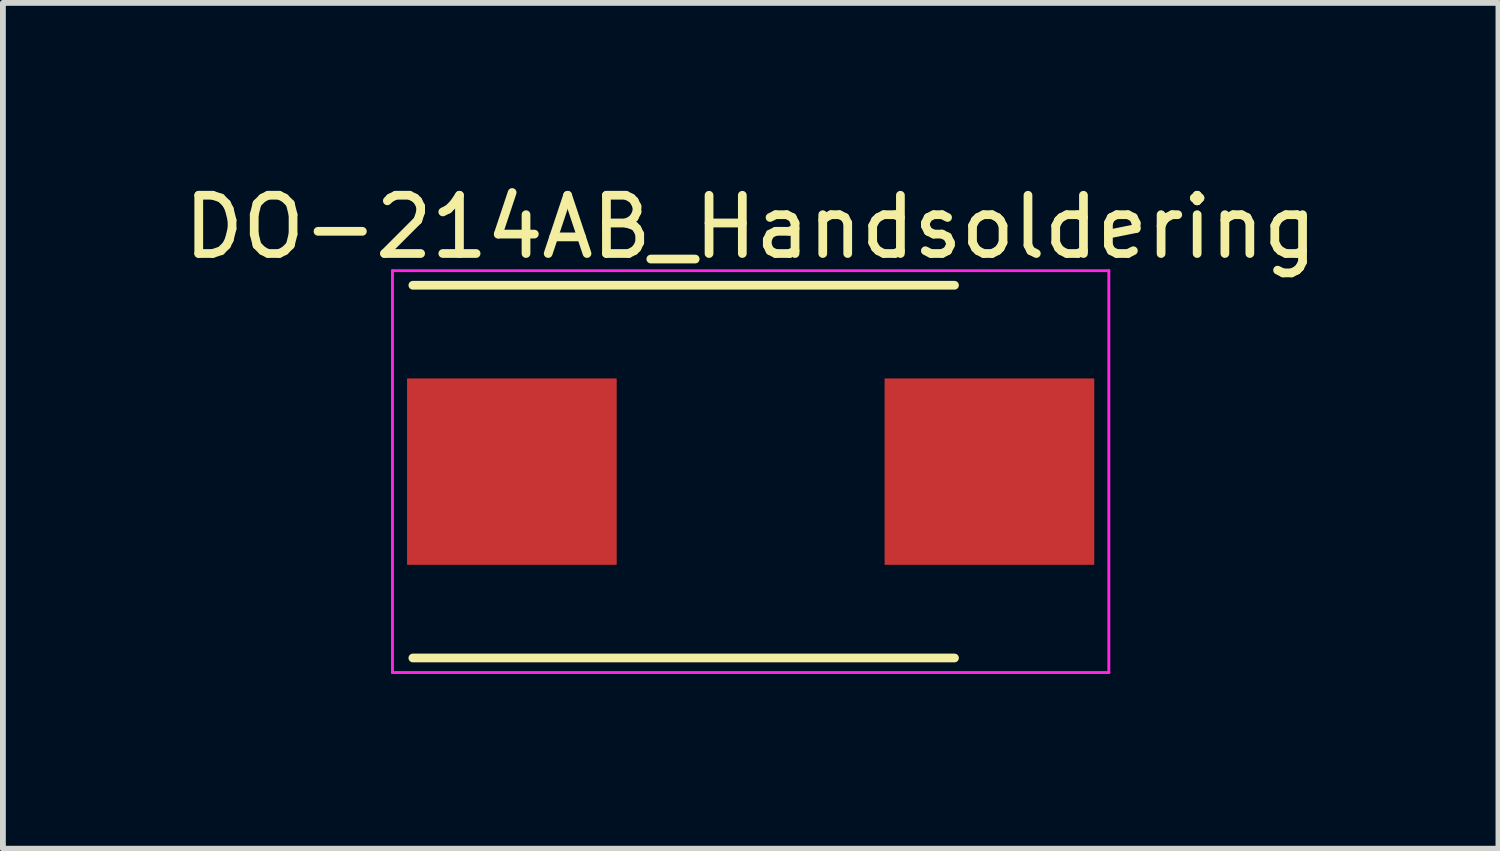
<source format=kicad_pcb>
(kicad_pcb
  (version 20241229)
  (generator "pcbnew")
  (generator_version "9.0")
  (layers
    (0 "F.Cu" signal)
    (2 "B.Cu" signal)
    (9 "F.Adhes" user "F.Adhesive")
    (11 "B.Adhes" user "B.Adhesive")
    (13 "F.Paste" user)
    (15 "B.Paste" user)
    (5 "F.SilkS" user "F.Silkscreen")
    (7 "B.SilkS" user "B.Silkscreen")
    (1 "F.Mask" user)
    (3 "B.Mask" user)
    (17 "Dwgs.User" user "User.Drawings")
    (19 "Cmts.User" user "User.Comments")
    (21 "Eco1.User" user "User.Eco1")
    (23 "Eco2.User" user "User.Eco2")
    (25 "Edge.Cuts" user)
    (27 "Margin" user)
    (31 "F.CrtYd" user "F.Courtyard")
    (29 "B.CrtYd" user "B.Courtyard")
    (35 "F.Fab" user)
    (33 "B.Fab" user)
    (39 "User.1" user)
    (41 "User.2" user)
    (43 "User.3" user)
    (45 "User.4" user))
  (footprint "DO-214AB_Handsoldering"
    (layer "F.Cu")
    (at 9.839 5.048)
    (property "Reference" "DO-214AB_Handsoldering" (at 0 -4.2 0) (layer "F.SilkS") (effects (font (size 1 1) (thickness 0.15))))
    (attr smd)
    (fp_line (start -5.8 -3.2) (end 3.5 -3.2) (stroke (width 0.15) (type solid)) (layer "F.SilkS"))
    (fp_line (start 3.5 3.2) (end -5.8 3.2) (stroke (width 0.15) (type solid)) (layer "F.SilkS"))
    (fp_line (start -6.15 -3.45) (end 6.15 -3.45) (stroke (width 0.05) (type solid)) (layer "F.CrtYd"))
    (fp_line (start -6.15 3.45) (end -6.15 -3.45) (stroke (width 0.05) (type solid)) (layer "F.CrtYd"))
    (fp_line (start 6.15 -3.45) (end 6.15 3.45) (stroke (width 0.05) (type solid)) (layer "F.CrtYd"))
    (fp_line (start 6.15 3.45) (end -6.15 3.45) (stroke (width 0.05) (type solid)) (layer "F.CrtYd"))
    (pad "1" smd rect (at -4.1 0) (size 3.6 3.2) (layers "F.Cu" "F.Mask" "F.Paste"))
    (pad "2" smd rect (at 4.1 0) (size 3.6 3.2) (layers "F.Cu" "F.Mask" "F.Paste")))
  (gr_rect
    (start -3 -3)
    (end 22.679 11.523)
    (stroke (width 0.1) (type default))
    (fill no)
    (layer "Edge.Cuts")))
</source>
